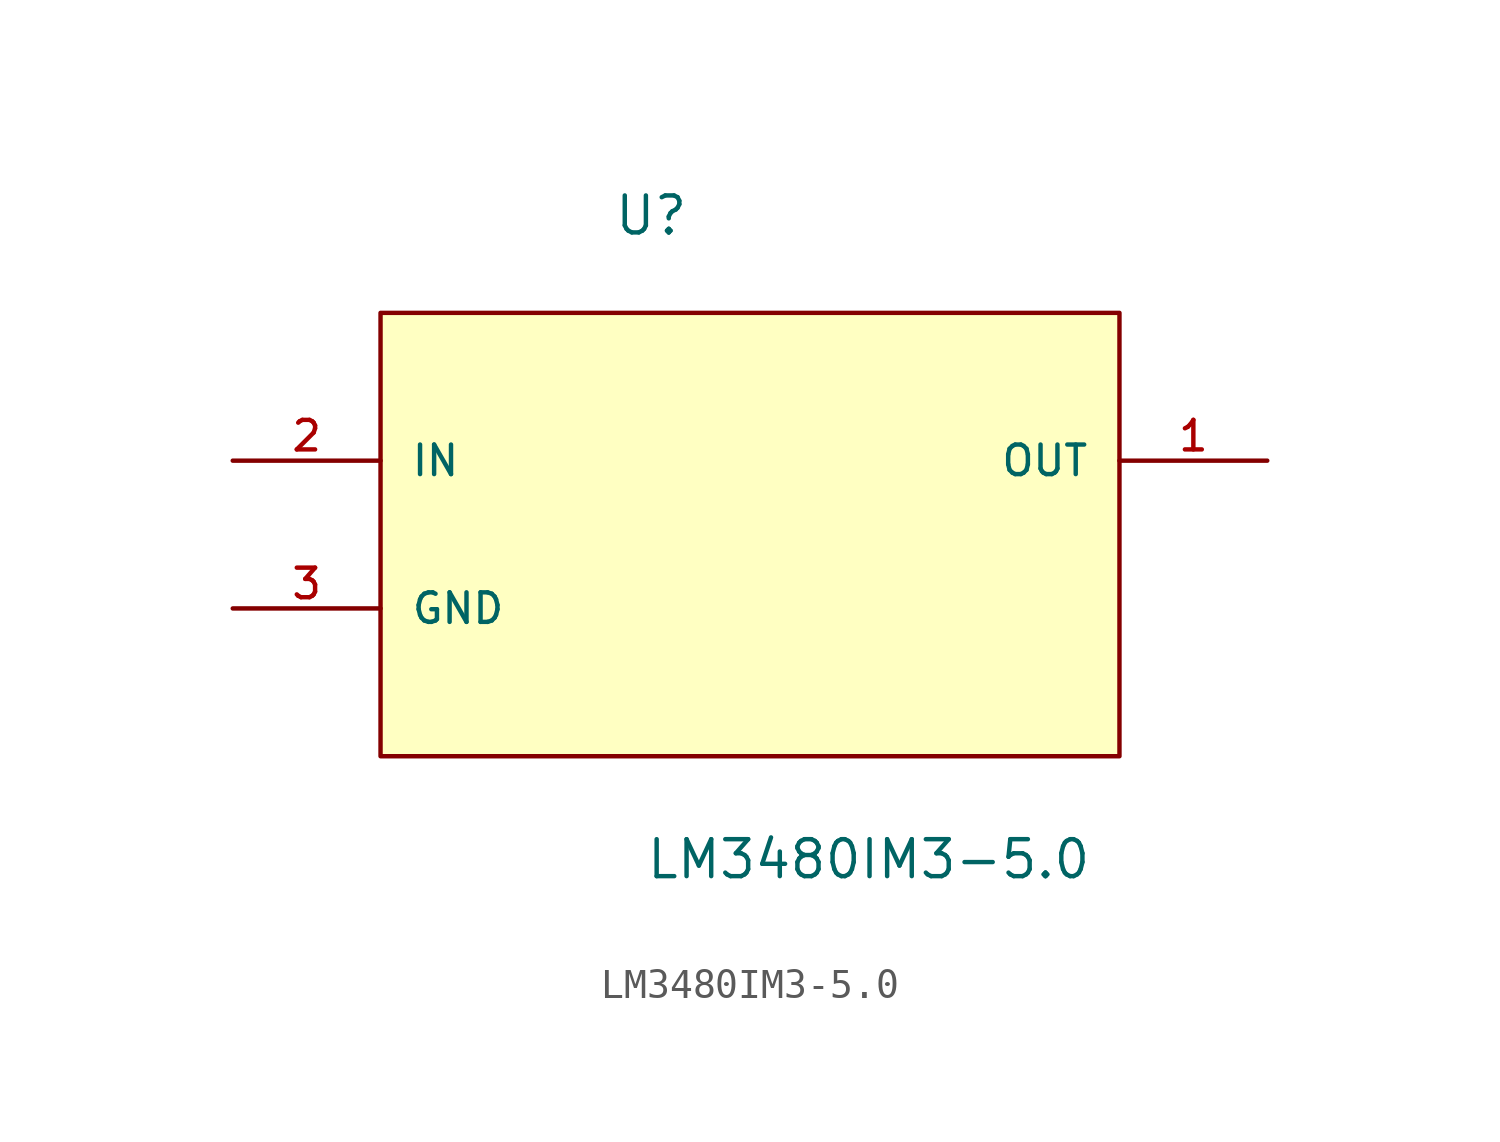
<source format=kicad_sym>
(kicad_symbol_lib
  (version 20211014)
  (generator kicad_symbol_editor)
  (symbol "LM3480IM3-5.0"
    (pin_names
      (offset 1.016))
    (property "Reference" "U"
      (at -4.707 7.683 0.0)
      (effects (font (size 1.27 1.27)) (justify bottom left)))
    (property "Value" "LM3480IM3-5.0"
      (at -3.611 -14.445 0.0)
      (effects (font (size 1.27 1.27)) (justify bottom left)))
    (symbol "LM3480IM3-5.0_0_0"
      (rectangle (start -12.7 -10.16) (end 12.7 5.08) (stroke (width 0.152)) (fill (type background)))
      (pin power_in line (at -17.78 0.0 0) (length 5.08) (name "IN" (effects (font (size 1.016 1.016)))) (number "2" (effects (font (size 1.016 1.016)))))
      (pin passive line (at -17.78 -5.08 0) (length 5.08) (name "GND" (effects (font (size 1.016 1.016)))) (number "3" (effects (font (size 1.016 1.016)))))
      (pin output line (at 17.78 0.0 180.0) (length 5.08) (name "OUT" (effects (font (size 1.016 1.016)))) (number "1" (effects (font (size 1.016 1.016))))))))
</source>
